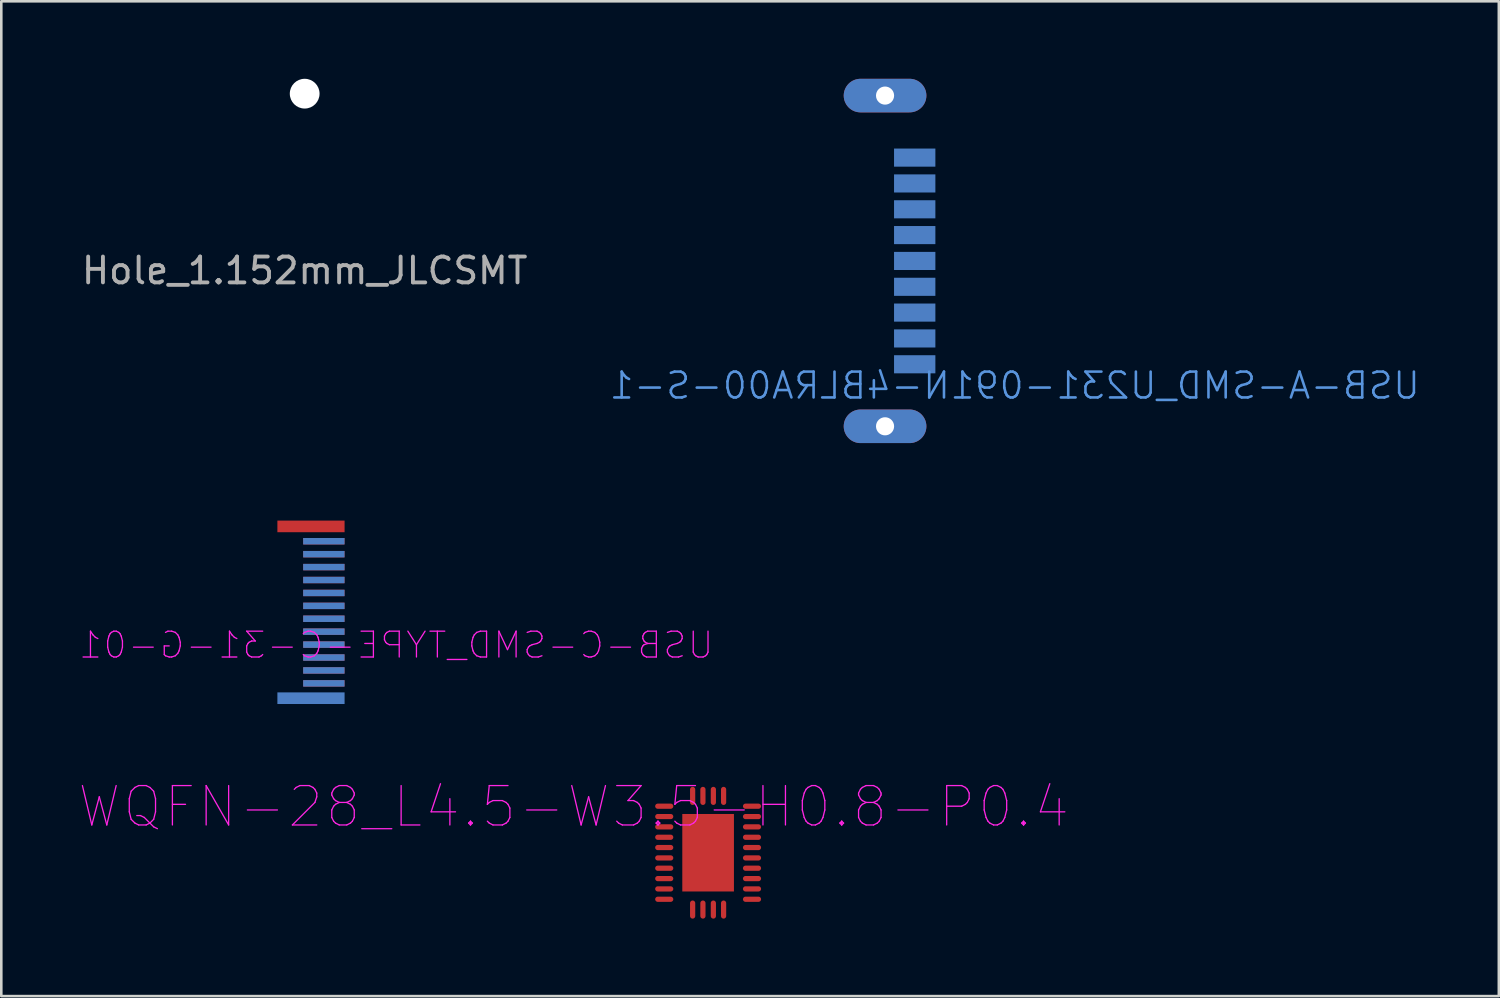
<source format=kicad_pcb>
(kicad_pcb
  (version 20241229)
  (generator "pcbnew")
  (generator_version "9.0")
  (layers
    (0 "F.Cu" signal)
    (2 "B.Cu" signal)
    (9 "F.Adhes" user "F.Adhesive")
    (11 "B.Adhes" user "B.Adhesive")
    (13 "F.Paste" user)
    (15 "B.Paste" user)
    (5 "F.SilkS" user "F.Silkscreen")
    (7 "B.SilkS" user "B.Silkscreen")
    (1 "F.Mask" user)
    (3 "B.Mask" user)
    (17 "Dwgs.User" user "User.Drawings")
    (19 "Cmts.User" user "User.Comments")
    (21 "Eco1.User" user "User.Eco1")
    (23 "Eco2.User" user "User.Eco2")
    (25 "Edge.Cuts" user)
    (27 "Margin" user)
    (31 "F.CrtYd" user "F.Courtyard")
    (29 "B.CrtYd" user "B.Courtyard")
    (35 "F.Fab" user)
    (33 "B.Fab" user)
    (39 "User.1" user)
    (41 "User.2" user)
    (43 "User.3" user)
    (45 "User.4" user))
  (footprint "USB-C-SMD_TYPE-C-31-G-01"
    (layer "F.Cu")
    (at 9.237 20.652)
    (property "Reference" "USB-C-SMD_TYPE-C-31-G-01" (at 3.048 1.27 0) (layer "F.CrtYd") (effects (font (size 1 1) (thickness 0.05)) (justify mirror)))
    (attr smd)
    (pad "A1" smd rect (at 0.249 2.751 270) (size 0.249 1.6) (layers "B.Cu"))
    (pad "A2" smd rect (at 0.249 2.25 270) (size 0.249 1.6) (layers "B.Cu"))
    (pad "A3" smd rect (at 0.249 1.75 270) (size 0.249 1.6) (layers "B.Cu"))
    (pad "A4" smd rect (at 0.249 1.25 270) (size 0.249 1.6) (layers "B.Cu"))
    (pad "A5" smd rect (at 0.249 0.749 270) (size 0.249 1.6) (layers "B.Cu"))
    (pad "A6" smd rect (at 0.249 0.249 270) (size 0.249 1.6) (layers "B.Cu"))
    (pad "A7" smd rect (at 0.249 -0.249 270) (size 0.249 1.6) (layers "B.Cu"))
    (pad "A8" smd rect (at 0.249 -0.749 270) (size 0.249 1.6) (layers "B.Cu"))
    (pad "A9" smd rect (at 0.249 -1.25 270) (size 0.249 1.6) (layers "B.Cu"))
    (pad "A10" smd rect (at 0.249 -1.75 270) (size 0.249 1.6) (layers "B.Cu"))
    (pad "A11" smd rect (at 0.249 -2.25 270) (size 0.249 1.6) (layers "B.Cu"))
    (pad "A12" smd rect (at 0.249 -2.751 270) (size 0.249 1.6) (layers "B.Cu"))
    (pad "B1" smd rect (at 0.249 -2.751 270) (size 0.249 1.6) (layers "F.Cu"))
    (pad "B2" smd rect (at 0.249 -2.25 270) (size 0.249 1.6) (layers "F.Cu"))
    (pad "B3" smd rect (at 0.249 -1.75 270) (size 0.249 1.6) (layers "F.Cu"))
    (pad "B4" smd rect (at 0.249 -1.25 270) (size 0.249 1.6) (layers "F.Cu"))
    (pad "B5" smd rect (at 0.249 -0.749 270) (size 0.249 1.6) (layers "F.Cu"))
    (pad "B6" smd rect (at 0.249 -0.249 270) (size 0.249 1.6) (layers "F.Cu"))
    (pad "B7" smd rect (at 0.249 0.249 270) (size 0.249 1.6) (layers "F.Cu"))
    (pad "B8" smd rect (at 0.249 0.749 270) (size 0.249 1.6) (layers "F.Cu"))
    (pad "B9" smd rect (at 0.249 1.25 270) (size 0.249 1.6) (layers "F.Cu"))
    (pad "B10" smd rect (at 0.249 1.75 270) (size 0.249 1.6) (layers "F.Cu"))
    (pad "B11" smd rect (at 0.249 2.25 270) (size 0.249 1.6) (layers "F.Cu"))
    (pad "B12" smd rect (at 0.249 2.751 270) (size 0.249 1.6) (layers "F.Cu"))
    (pad "S1" smd rect (at -0.249 -3.325 270) (size 0.45 2.601) (layers "F.Cu"))
    (pad "S1" smd rect (at -0.249 3.325 270) (size 0.45 2.601) (layers "B.Cu")))
  (footprint "USB-A-SMD_U231-091N-4BLRA00-S-1"
    (layer "F.Cu")
    (at 31.784 7.051)
    (property "Reference" "USB-A-SMD_U231-091N-4BLRA00-S-1" (at 4.445 4.826 0) (layer "Cmts.User") (effects (font (size 1 1) (thickness 0.1)) (justify mirror)))
    (attr smd)
    (pad "1" smd rect (at 0.574 3 90) (size 0.701 1.6) (layers "B.Cu"))
    (pad "2" smd rect (at 0.574 1.001 90) (size 0.701 1.6) (layers "B.Cu"))
    (pad "3" smd rect (at 0.574 -1.001 90) (size 0.701 1.6) (layers "B.Cu"))
    (pad "4" smd rect (at 0.574 -3 90) (size 0.701 1.6) (layers "B.Cu"))
    (pad "5" smd rect (at 0.574 -4 90) (size 0.701 1.6) (layers "B.Cu"))
    (pad "6" smd rect (at 0.574 -1.999 90) (size 0.701 1.6) (layers "B.Cu"))
    (pad "7" smd rect (at 0.574 0 90) (size 0.701 1.6) (layers "B.Cu"))
    (pad "8" smd rect (at 0.574 1.999 90) (size 0.701 1.6) (layers "B.Cu"))
    (pad "9" smd rect (at 0.574 4 90) (size 0.701 1.6) (layers "B.Cu"))
    (pad "10" thru_hole oval (at -0.574 6.401 90) (size 1.3 3.2) (drill 0.701) (layers "*.Cu"))
    (pad "11" thru_hole oval (at -0.574 -6.401 270) (size 1.3 3.2) (drill 0.701) (layers "*.Cu")))
  (footprint "Hole_1.152mm_JLCSMT"
    (layer "F.Cu")
    (at 8.744 0.576)
    (property "Reference" "Hole_1.152mm_JLCSMT" (at 0 6.85 0) (layer "F.Fab") (effects (font (size 1 1) (thickness 0.15))))
    (attr through_hole)
    (pad "" np_thru_hole circle (at 0 0) (size 1.152 1.152) (drill 1.152) (layers "*.Cu" "*.Mask")))
  (footprint "WQFN-28_L4.5-W3.5-H0.8-P0.4"
    (layer "F.Cu")
    (at 24.361 29.959)
    (property "Reference" "WQFN-28_L4.5-W3.5-H0.8-P0.4" (at -5.207 -1.778 0) (layer "F.CrtYd") (effects (font (size 1.524 1.524) (thickness 0.05))))
    (attr smd)
    (pad "1" smd oval (at -1.699 -1.801) (size 0.701 0.201) (layers "F.Cu"))
    (pad "2" smd oval (at -1.699 -1.4) (size 0.701 0.201) (layers "F.Cu"))
    (pad "3" smd oval (at -1.699 -1.001) (size 0.701 0.201) (layers "F.Cu"))
    (pad "4" smd oval (at -1.699 -0.599) (size 0.701 0.201) (layers "F.Cu"))
    (pad "5" smd oval (at -1.699 -0.201) (size 0.701 0.201) (layers "F.Cu"))
    (pad "6" smd oval (at -1.699 0.201) (size 0.701 0.201) (layers "F.Cu"))
    (pad "7" smd oval (at -1.699 0.599) (size 0.701 0.201) (layers "F.Cu"))
    (pad "8" smd oval (at -1.699 1.001) (size 0.701 0.201) (layers "F.Cu"))
    (pad "9" smd oval (at -1.699 1.4) (size 0.701 0.201) (layers "F.Cu"))
    (pad "10" smd oval (at -1.699 1.801) (size 0.701 0.201) (layers "F.Cu"))
    (pad "11" smd oval (at -0.599 2.2 90) (size 0.701 0.201) (layers "F.Cu"))
    (pad "12" smd oval (at -0.201 2.2 90) (size 0.701 0.201) (layers "F.Cu"))
    (pad "13" smd oval (at 0.203 2.2 90) (size 0.701 0.201) (layers "F.Cu"))
    (pad "14" smd oval (at 0.599 2.2 90) (size 0.701 0.201) (layers "F.Cu"))
    (pad "15" smd oval (at 1.699 1.801) (size 0.701 0.201) (layers "F.Cu"))
    (pad "16" smd oval (at 1.699 1.4) (size 0.701 0.201) (layers "F.Cu"))
    (pad "17" smd oval (at 1.699 1.001) (size 0.701 0.201) (layers "F.Cu"))
    (pad "18" smd oval (at 1.699 0.599) (size 0.701 0.201) (layers "F.Cu"))
    (pad "19" smd oval (at 1.699 0.201) (size 0.701 0.201) (layers "F.Cu"))
    (pad "20" smd oval (at 1.699 -0.201) (size 0.701 0.201) (layers "F.Cu"))
    (pad "21" smd oval (at 1.699 -0.599) (size 0.701 0.201) (layers "F.Cu"))
    (pad "22" smd oval (at 1.699 -1.001) (size 0.701 0.201) (layers "F.Cu"))
    (pad "23" smd oval (at 1.699 -1.4) (size 0.701 0.201) (layers "F.Cu"))
    (pad "24" smd oval (at 1.699 -1.801) (size 0.701 0.201) (layers "F.Cu"))
    (pad "25" smd oval (at 0.599 -2.2 90) (size 0.701 0.201) (layers "F.Cu"))
    (pad "26" smd oval (at 0.203 -2.2 90) (size 0.701 0.201) (layers "F.Cu"))
    (pad "27" smd oval (at -0.201 -2.2 90) (size 0.701 0.201) (layers "F.Cu"))
    (pad "28" smd oval (at -0.599 -2.2 90) (size 0.701 0.201) (layers "F.Cu"))
    (pad "29" smd rect (at 0 0) (size 1.999 3) (layers "F.Cu")))
  (gr_rect
    (start -3 -3)
    (end 54.969 35.509)
    (stroke (width 0.1) (type default))
    (fill no)
    (layer "Edge.Cuts")))
</source>
